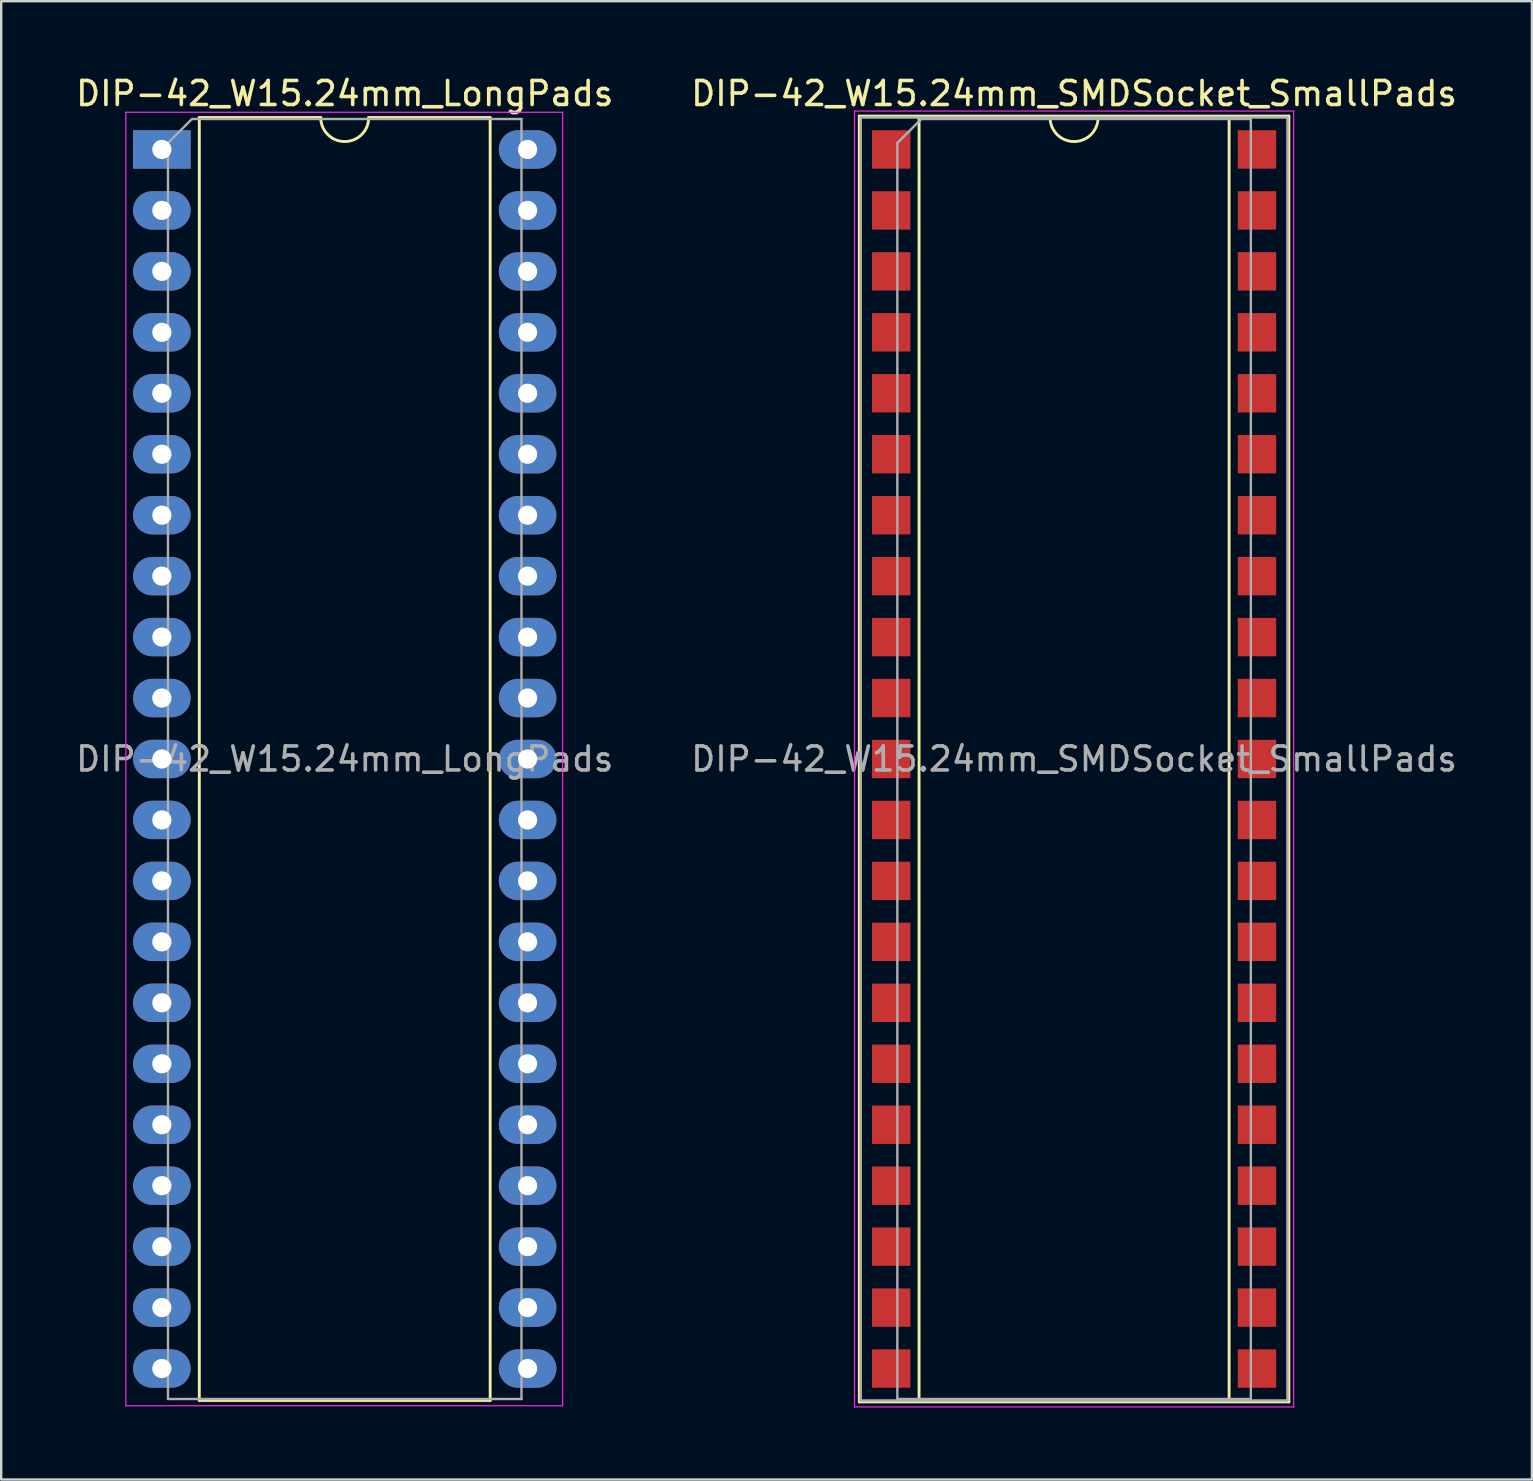
<source format=kicad_pcb>
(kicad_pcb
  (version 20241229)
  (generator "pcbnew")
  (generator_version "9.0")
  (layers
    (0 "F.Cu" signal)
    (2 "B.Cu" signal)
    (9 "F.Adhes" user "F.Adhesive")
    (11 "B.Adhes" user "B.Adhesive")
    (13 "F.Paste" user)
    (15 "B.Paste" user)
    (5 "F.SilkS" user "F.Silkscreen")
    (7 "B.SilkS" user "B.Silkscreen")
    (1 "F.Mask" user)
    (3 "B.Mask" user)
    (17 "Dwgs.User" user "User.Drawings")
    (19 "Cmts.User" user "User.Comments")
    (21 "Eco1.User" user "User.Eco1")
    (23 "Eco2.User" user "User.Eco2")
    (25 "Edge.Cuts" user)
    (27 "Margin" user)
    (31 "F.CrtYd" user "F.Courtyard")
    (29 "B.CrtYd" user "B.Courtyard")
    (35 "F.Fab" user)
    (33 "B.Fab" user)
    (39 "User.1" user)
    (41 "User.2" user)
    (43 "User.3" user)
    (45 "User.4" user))
  (footprint "DIP-42_W15.24mm_SMDSocket_SmallPads"
    (layer "F.Cu")
    (at 41.708 28.578)
    (property "Reference" "DIP-42_W15.24mm_SMDSocket_SmallPads" (at 0 -27.73 0) (layer "F.SilkS") (effects (font (size 1 1) (thickness 0.15))))
    (attr smd)
    (fp_line (start -8.95 -26.79) (end -8.95 26.79) (stroke (width 0.12) (type solid)) (layer "F.SilkS"))
    (fp_line (start -8.95 26.79) (end 8.95 26.79) (stroke (width 0.12) (type solid)) (layer "F.SilkS"))
    (fp_line (start -6.46 -26.73) (end -6.46 26.73) (stroke (width 0.12) (type solid)) (layer "F.SilkS"))
    (fp_line (start -6.46 26.73) (end 6.46 26.73) (stroke (width 0.12) (type solid)) (layer "F.SilkS"))
    (fp_line (start -1 -26.73) (end -6.46 -26.73) (stroke (width 0.12) (type solid)) (layer "F.SilkS"))
    (fp_line (start 6.46 -26.73) (end 1 -26.73) (stroke (width 0.12) (type solid)) (layer "F.SilkS"))
    (fp_line (start 6.46 26.73) (end 6.46 -26.73) (stroke (width 0.12) (type solid)) (layer "F.SilkS"))
    (fp_line (start 8.95 -26.79) (end -8.95 -26.79) (stroke (width 0.12) (type solid)) (layer "F.SilkS"))
    (fp_line (start 8.95 26.79) (end 8.95 -26.79) (stroke (width 0.12) (type solid)) (layer "F.SilkS"))
    (fp_arc (start 1 -26.73) (mid 0 -25.73) (end -1 -26.73) (stroke (width 0.12) (type solid)) (layer "F.SilkS"))
    (fp_line (start -9.15 -27) (end -9.15 27) (stroke (width 0.05) (type solid)) (layer "F.CrtYd"))
    (fp_line (start -9.15 27) (end 9.15 27) (stroke (width 0.05) (type solid)) (layer "F.CrtYd"))
    (fp_line (start 9.15 -27) (end -9.15 -27) (stroke (width 0.05) (type solid)) (layer "F.CrtYd"))
    (fp_line (start 9.15 27) (end 9.15 -27) (stroke (width 0.05) (type solid)) (layer "F.CrtYd"))
    (fp_line (start -8.89 -26.73) (end -8.89 26.73) (stroke (width 0.1) (type solid)) (layer "F.Fab"))
    (fp_line (start -8.89 26.73) (end 8.89 26.73) (stroke (width 0.1) (type solid)) (layer "F.Fab"))
    (fp_line (start -7.365 -25.67) (end -6.365 -26.67) (stroke (width 0.1) (type solid)) (layer "F.Fab"))
    (fp_line (start -7.365 26.67) (end -7.365 -25.67) (stroke (width 0.1) (type solid)) (layer "F.Fab"))
    (fp_line (start -6.365 -26.67) (end 7.365 -26.67) (stroke (width 0.1) (type solid)) (layer "F.Fab"))
    (fp_line (start 7.365 -26.67) (end 7.365 26.67) (stroke (width 0.1) (type solid)) (layer "F.Fab"))
    (fp_line (start 7.365 26.67) (end -7.365 26.67) (stroke (width 0.1) (type solid)) (layer "F.Fab"))
    (fp_line (start 8.89 -26.73) (end -8.89 -26.73) (stroke (width 0.1) (type solid)) (layer "F.Fab"))
    (fp_line (start 8.89 26.73) (end 8.89 -26.73) (stroke (width 0.1) (type solid)) (layer "F.Fab"))
    (fp_text user "${REFERENCE}" (at 0 0 0) (layer "F.Fab") (effects (font (size 1 1) (thickness 0.15))))
    (pad "1" smd rect (at -7.62 -25.4) (size 1.6 1.6) (layers "F.Cu" "F.Mask" "F.Paste"))
    (pad "2" smd rect (at -7.62 -22.86) (size 1.6 1.6) (layers "F.Cu" "F.Mask" "F.Paste"))
    (pad "3" smd rect (at -7.62 -20.32) (size 1.6 1.6) (layers "F.Cu" "F.Mask" "F.Paste"))
    (pad "4" smd rect (at -7.62 -17.78) (size 1.6 1.6) (layers "F.Cu" "F.Mask" "F.Paste"))
    (pad "5" smd rect (at -7.62 -15.24) (size 1.6 1.6) (layers "F.Cu" "F.Mask" "F.Paste"))
    (pad "6" smd rect (at -7.62 -12.7) (size 1.6 1.6) (layers "F.Cu" "F.Mask" "F.Paste"))
    (pad "7" smd rect (at -7.62 -10.16) (size 1.6 1.6) (layers "F.Cu" "F.Mask" "F.Paste"))
    (pad "8" smd rect (at -7.62 -7.62) (size 1.6 1.6) (layers "F.Cu" "F.Mask" "F.Paste"))
    (pad "9" smd rect (at -7.62 -5.08) (size 1.6 1.6) (layers "F.Cu" "F.Mask" "F.Paste"))
    (pad "10" smd rect (at -7.62 -2.54) (size 1.6 1.6) (layers "F.Cu" "F.Mask" "F.Paste"))
    (pad "11" smd rect (at -7.62 0) (size 1.6 1.6) (layers "F.Cu" "F.Mask" "F.Paste"))
    (pad "12" smd rect (at -7.62 2.54) (size 1.6 1.6) (layers "F.Cu" "F.Mask" "F.Paste"))
    (pad "13" smd rect (at -7.62 5.08) (size 1.6 1.6) (layers "F.Cu" "F.Mask" "F.Paste"))
    (pad "14" smd rect (at -7.62 7.62) (size 1.6 1.6) (layers "F.Cu" "F.Mask" "F.Paste"))
    (pad "15" smd rect (at -7.62 10.16) (size 1.6 1.6) (layers "F.Cu" "F.Mask" "F.Paste"))
    (pad "16" smd rect (at -7.62 12.7) (size 1.6 1.6) (layers "F.Cu" "F.Mask" "F.Paste"))
    (pad "17" smd rect (at -7.62 15.24) (size 1.6 1.6) (layers "F.Cu" "F.Mask" "F.Paste"))
    (pad "18" smd rect (at -7.62 17.78) (size 1.6 1.6) (layers "F.Cu" "F.Mask" "F.Paste"))
    (pad "19" smd rect (at -7.62 20.32) (size 1.6 1.6) (layers "F.Cu" "F.Mask" "F.Paste"))
    (pad "20" smd rect (at -7.62 22.86) (size 1.6 1.6) (layers "F.Cu" "F.Mask" "F.Paste"))
    (pad "21" smd rect (at -7.62 25.4) (size 1.6 1.6) (layers "F.Cu" "F.Mask" "F.Paste"))
    (pad "22" smd rect (at 7.62 25.4) (size 1.6 1.6) (layers "F.Cu" "F.Mask" "F.Paste"))
    (pad "23" smd rect (at 7.62 22.86) (size 1.6 1.6) (layers "F.Cu" "F.Mask" "F.Paste"))
    (pad "24" smd rect (at 7.62 20.32) (size 1.6 1.6) (layers "F.Cu" "F.Mask" "F.Paste"))
    (pad "25" smd rect (at 7.62 17.78) (size 1.6 1.6) (layers "F.Cu" "F.Mask" "F.Paste"))
    (pad "26" smd rect (at 7.62 15.24) (size 1.6 1.6) (layers "F.Cu" "F.Mask" "F.Paste"))
    (pad "27" smd rect (at 7.62 12.7) (size 1.6 1.6) (layers "F.Cu" "F.Mask" "F.Paste"))
    (pad "28" smd rect (at 7.62 10.16) (size 1.6 1.6) (layers "F.Cu" "F.Mask" "F.Paste"))
    (pad "29" smd rect (at 7.62 7.62) (size 1.6 1.6) (layers "F.Cu" "F.Mask" "F.Paste"))
    (pad "30" smd rect (at 7.62 5.08) (size 1.6 1.6) (layers "F.Cu" "F.Mask" "F.Paste"))
    (pad "31" smd rect (at 7.62 2.54) (size 1.6 1.6) (layers "F.Cu" "F.Mask" "F.Paste"))
    (pad "32" smd rect (at 7.62 0) (size 1.6 1.6) (layers "F.Cu" "F.Mask" "F.Paste"))
    (pad "33" smd rect (at 7.62 -2.54) (size 1.6 1.6) (layers "F.Cu" "F.Mask" "F.Paste"))
    (pad "34" smd rect (at 7.62 -5.08) (size 1.6 1.6) (layers "F.Cu" "F.Mask" "F.Paste"))
    (pad "35" smd rect (at 7.62 -7.62) (size 1.6 1.6) (layers "F.Cu" "F.Mask" "F.Paste"))
    (pad "36" smd rect (at 7.62 -10.16) (size 1.6 1.6) (layers "F.Cu" "F.Mask" "F.Paste"))
    (pad "37" smd rect (at 7.62 -12.7) (size 1.6 1.6) (layers "F.Cu" "F.Mask" "F.Paste"))
    (pad "38" smd rect (at 7.62 -15.24) (size 1.6 1.6) (layers "F.Cu" "F.Mask" "F.Paste"))
    (pad "39" smd rect (at 7.62 -17.78) (size 1.6 1.6) (layers "F.Cu" "F.Mask" "F.Paste"))
    (pad "40" smd rect (at 7.62 -20.32) (size 1.6 1.6) (layers "F.Cu" "F.Mask" "F.Paste"))
    (pad "41" smd rect (at 7.62 -22.86) (size 1.6 1.6) (layers "F.Cu" "F.Mask" "F.Paste"))
    (pad "42" smd rect (at 7.62 -25.4) (size 1.6 1.6) (layers "F.Cu" "F.Mask" "F.Paste")))
  (footprint "DIP-42_W15.24mm_LongPads"
    (layer "F.Cu")
    (at 3.695 3.178)
    (property "Reference" "DIP-42_W15.24mm_LongPads" (at 7.62 -2.33 0) (layer "F.SilkS") (effects (font (size 1 1) (thickness 0.15))))
    (attr through_hole)
    (fp_line (start 1.56 -1.33) (end 1.56 52.13) (stroke (width 0.12) (type solid)) (layer "F.SilkS"))
    (fp_line (start 1.56 52.13) (end 13.68 52.13) (stroke (width 0.12) (type solid)) (layer "F.SilkS"))
    (fp_line (start 6.62 -1.33) (end 1.56 -1.33) (stroke (width 0.12) (type solid)) (layer "F.SilkS"))
    (fp_line (start 13.68 -1.33) (end 8.62 -1.33) (stroke (width 0.12) (type solid)) (layer "F.SilkS"))
    (fp_line (start 13.68 52.13) (end 13.68 -1.33) (stroke (width 0.12) (type solid)) (layer "F.SilkS"))
    (fp_arc (start 8.62 -1.33) (mid 7.62 -0.33) (end 6.62 -1.33) (stroke (width 0.12) (type solid)) (layer "F.SilkS"))
    (fp_line (start -1.5 -1.55) (end -1.5 52.35) (stroke (width 0.05) (type solid)) (layer "F.CrtYd"))
    (fp_line (start -1.5 52.35) (end 16.7 52.35) (stroke (width 0.05) (type solid)) (layer "F.CrtYd"))
    (fp_line (start 16.7 -1.55) (end -1.5 -1.55) (stroke (width 0.05) (type solid)) (layer "F.CrtYd"))
    (fp_line (start 16.7 52.35) (end 16.7 -1.55) (stroke (width 0.05) (type solid)) (layer "F.CrtYd"))
    (fp_line (start 0.255 -0.27) (end 1.255 -1.27) (stroke (width 0.1) (type solid)) (layer "F.Fab"))
    (fp_line (start 0.255 52.07) (end 0.255 -0.27) (stroke (width 0.1) (type solid)) (layer "F.Fab"))
    (fp_line (start 1.255 -1.27) (end 14.985 -1.27) (stroke (width 0.1) (type solid)) (layer "F.Fab"))
    (fp_line (start 14.985 -1.27) (end 14.985 52.07) (stroke (width 0.1) (type solid)) (layer "F.Fab"))
    (fp_line (start 14.985 52.07) (end 0.255 52.07) (stroke (width 0.1) (type solid)) (layer "F.Fab"))
    (fp_text user "${REFERENCE}" (at 7.62 25.4 0) (layer "F.Fab") (effects (font (size 1 1) (thickness 0.15))))
    (pad "1" thru_hole rect (at 0 0) (size 2.4 1.6) (drill 0.8) (layers "*.Cu" "*.Mask"))
    (pad "2" thru_hole oval (at 0 2.54) (size 2.4 1.6) (drill 0.8) (layers "*.Cu" "*.Mask"))
    (pad "3" thru_hole oval (at 0 5.08) (size 2.4 1.6) (drill 0.8) (layers "*.Cu" "*.Mask"))
    (pad "4" thru_hole oval (at 0 7.62) (size 2.4 1.6) (drill 0.8) (layers "*.Cu" "*.Mask"))
    (pad "5" thru_hole oval (at 0 10.16) (size 2.4 1.6) (drill 0.8) (layers "*.Cu" "*.Mask"))
    (pad "6" thru_hole oval (at 0 12.7) (size 2.4 1.6) (drill 0.8) (layers "*.Cu" "*.Mask"))
    (pad "7" thru_hole oval (at 0 15.24) (size 2.4 1.6) (drill 0.8) (layers "*.Cu" "*.Mask"))
    (pad "8" thru_hole oval (at 0 17.78) (size 2.4 1.6) (drill 0.8) (layers "*.Cu" "*.Mask"))
    (pad "9" thru_hole oval (at 0 20.32) (size 2.4 1.6) (drill 0.8) (layers "*.Cu" "*.Mask"))
    (pad "10" thru_hole oval (at 0 22.86) (size 2.4 1.6) (drill 0.8) (layers "*.Cu" "*.Mask"))
    (pad "11" thru_hole oval (at 0 25.4) (size 2.4 1.6) (drill 0.8) (layers "*.Cu" "*.Mask"))
    (pad "12" thru_hole oval (at 0 27.94) (size 2.4 1.6) (drill 0.8) (layers "*.Cu" "*.Mask"))
    (pad "13" thru_hole oval (at 0 30.48) (size 2.4 1.6) (drill 0.8) (layers "*.Cu" "*.Mask"))
    (pad "14" thru_hole oval (at 0 33.02) (size 2.4 1.6) (drill 0.8) (layers "*.Cu" "*.Mask"))
    (pad "15" thru_hole oval (at 0 35.56) (size 2.4 1.6) (drill 0.8) (layers "*.Cu" "*.Mask"))
    (pad "16" thru_hole oval (at 0 38.1) (size 2.4 1.6) (drill 0.8) (layers "*.Cu" "*.Mask"))
    (pad "17" thru_hole oval (at 0 40.64) (size 2.4 1.6) (drill 0.8) (layers "*.Cu" "*.Mask"))
    (pad "18" thru_hole oval (at 0 43.18) (size 2.4 1.6) (drill 0.8) (layers "*.Cu" "*.Mask"))
    (pad "19" thru_hole oval (at 0 45.72) (size 2.4 1.6) (drill 0.8) (layers "*.Cu" "*.Mask"))
    (pad "20" thru_hole oval (at 0 48.26) (size 2.4 1.6) (drill 0.8) (layers "*.Cu" "*.Mask"))
    (pad "21" thru_hole oval (at 0 50.8) (size 2.4 1.6) (drill 0.8) (layers "*.Cu" "*.Mask"))
    (pad "22" thru_hole oval (at 15.24 50.8) (size 2.4 1.6) (drill 0.8) (layers "*.Cu" "*.Mask"))
    (pad "23" thru_hole oval (at 15.24 48.26) (size 2.4 1.6) (drill 0.8) (layers "*.Cu" "*.Mask"))
    (pad "24" thru_hole oval (at 15.24 45.72) (size 2.4 1.6) (drill 0.8) (layers "*.Cu" "*.Mask"))
    (pad "25" thru_hole oval (at 15.24 43.18) (size 2.4 1.6) (drill 0.8) (layers "*.Cu" "*.Mask"))
    (pad "26" thru_hole oval (at 15.24 40.64) (size 2.4 1.6) (drill 0.8) (layers "*.Cu" "*.Mask"))
    (pad "27" thru_hole oval (at 15.24 38.1) (size 2.4 1.6) (drill 0.8) (layers "*.Cu" "*.Mask"))
    (pad "28" thru_hole oval (at 15.24 35.56) (size 2.4 1.6) (drill 0.8) (layers "*.Cu" "*.Mask"))
    (pad "29" thru_hole oval (at 15.24 33.02) (size 2.4 1.6) (drill 0.8) (layers "*.Cu" "*.Mask"))
    (pad "30" thru_hole oval (at 15.24 30.48) (size 2.4 1.6) (drill 0.8) (layers "*.Cu" "*.Mask"))
    (pad "31" thru_hole oval (at 15.24 27.94) (size 2.4 1.6) (drill 0.8) (layers "*.Cu" "*.Mask"))
    (pad "32" thru_hole oval (at 15.24 25.4) (size 2.4 1.6) (drill 0.8) (layers "*.Cu" "*.Mask"))
    (pad "33" thru_hole oval (at 15.24 22.86) (size 2.4 1.6) (drill 0.8) (layers "*.Cu" "*.Mask"))
    (pad "34" thru_hole oval (at 15.24 20.32) (size 2.4 1.6) (drill 0.8) (layers "*.Cu" "*.Mask"))
    (pad "35" thru_hole oval (at 15.24 17.78) (size 2.4 1.6) (drill 0.8) (layers "*.Cu" "*.Mask"))
    (pad "36" thru_hole oval (at 15.24 15.24) (size 2.4 1.6) (drill 0.8) (layers "*.Cu" "*.Mask"))
    (pad "37" thru_hole oval (at 15.24 12.7) (size 2.4 1.6) (drill 0.8) (layers "*.Cu" "*.Mask"))
    (pad "38" thru_hole oval (at 15.24 10.16) (size 2.4 1.6) (drill 0.8) (layers "*.Cu" "*.Mask"))
    (pad "39" thru_hole oval (at 15.24 7.62) (size 2.4 1.6) (drill 0.8) (layers "*.Cu" "*.Mask"))
    (pad "40" thru_hole oval (at 15.24 5.08) (size 2.4 1.6) (drill 0.8) (layers "*.Cu" "*.Mask"))
    (pad "41" thru_hole oval (at 15.24 2.54) (size 2.4 1.6) (drill 0.8) (layers "*.Cu" "*.Mask"))
    (pad "42" thru_hole oval (at 15.24 0) (size 2.4 1.6) (drill 0.8) (layers "*.Cu" "*.Mask")))
  (gr_rect
    (start -3 -3)
    (end 60.786 58.603)
    (stroke (width 0.1) (type default))
    (fill no)
    (layer "Edge.Cuts")))
</source>
